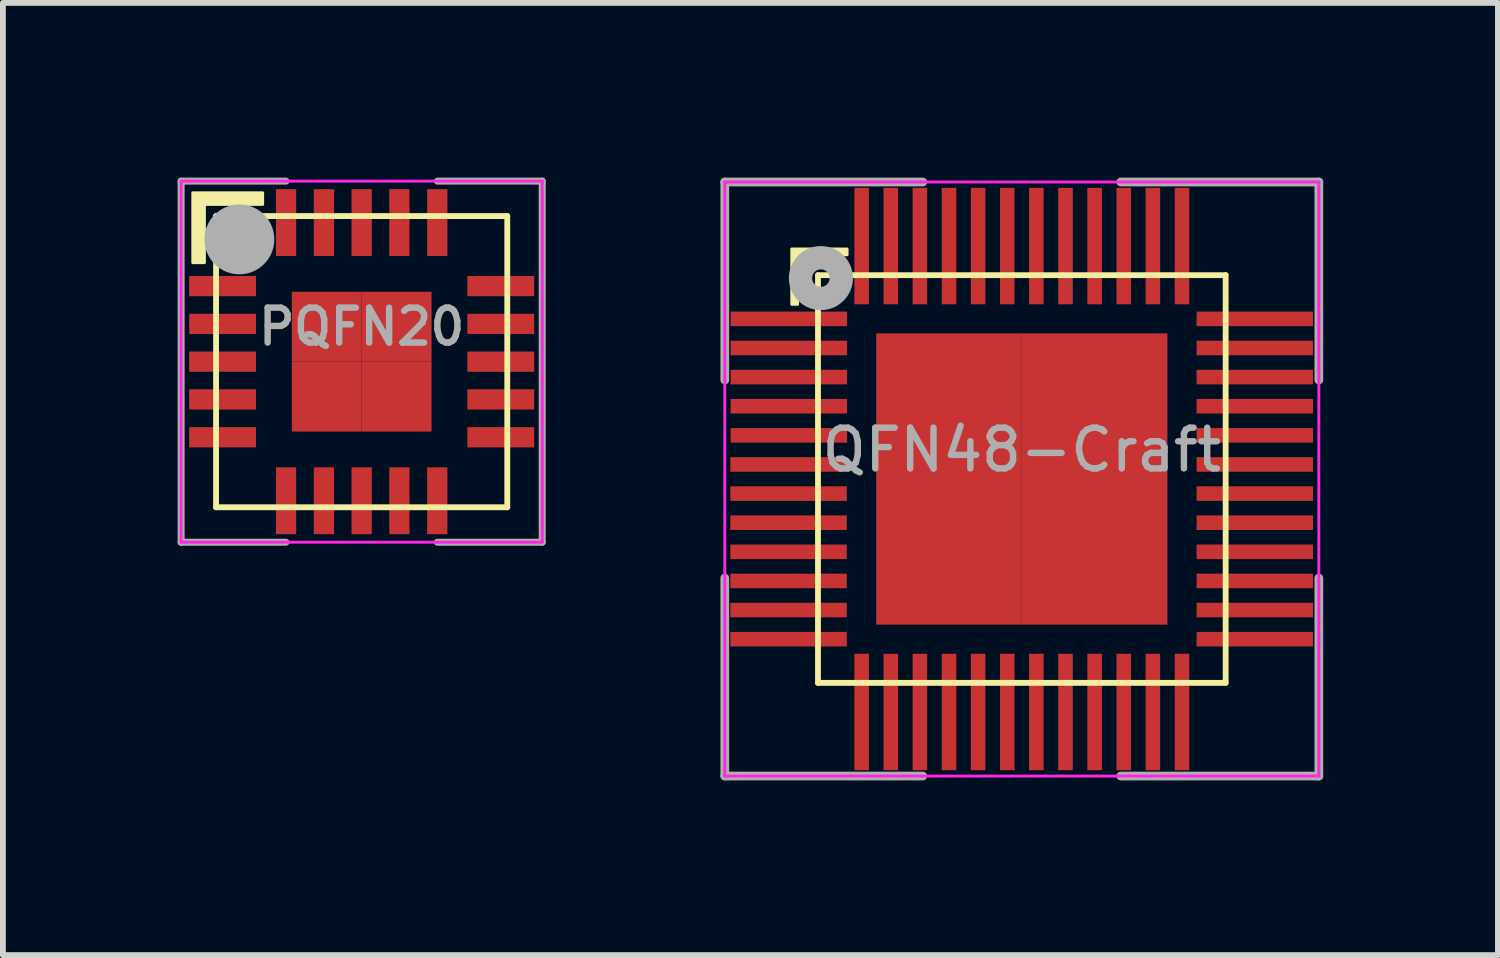
<source format=kicad_pcb>
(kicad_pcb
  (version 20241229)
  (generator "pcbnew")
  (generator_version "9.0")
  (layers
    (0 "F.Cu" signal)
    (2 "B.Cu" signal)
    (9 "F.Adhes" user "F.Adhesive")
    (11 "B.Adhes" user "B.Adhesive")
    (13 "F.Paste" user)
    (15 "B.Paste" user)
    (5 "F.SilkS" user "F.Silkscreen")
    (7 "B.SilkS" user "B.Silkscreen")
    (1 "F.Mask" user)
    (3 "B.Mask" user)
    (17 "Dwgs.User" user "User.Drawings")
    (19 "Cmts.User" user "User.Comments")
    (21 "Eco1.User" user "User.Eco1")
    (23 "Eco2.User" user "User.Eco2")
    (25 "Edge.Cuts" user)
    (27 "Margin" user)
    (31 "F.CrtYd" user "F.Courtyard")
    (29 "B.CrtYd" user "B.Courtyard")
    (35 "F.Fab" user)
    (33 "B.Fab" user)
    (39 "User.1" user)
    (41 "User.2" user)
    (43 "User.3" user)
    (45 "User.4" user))
  (footprint "PQFN20"
    (layer "F.Cu")
    (at 3.16 3.16)
    (property "Reference" "PQFN20" (at 0 -0.6 0) (layer "F.Fab") (effects (font (size 0.6 0.6) (thickness 0.11) (bold yes))))
    (attr through_hole)
    (fp_line (start -2.5 2.5) (end -2.5 -2.5) (stroke (width 0.1) (type solid)) (layer "F.SilkS"))
    (fp_line (start 2.5 -2.5) (end -2.5 -2.5) (stroke (width 0.1) (type solid)) (layer "F.SilkS"))
    (fp_line (start 2.5 2.5) (end -2.5 2.5) (stroke (width 0.1) (type solid)) (layer "F.SilkS"))
    (fp_line (start 2.5 2.5) (end 2.5 -2.5) (stroke (width 0.1) (type solid)) (layer "F.SilkS"))
    (fp_poly (pts (xy -1.7 -2.7) (xy -2.7 -2.7) (xy -2.7 -1.7) (xy -2.9 -1.7) (xy -2.9 -2.9) (xy -1.7 -2.9)) (stroke (width 0.05) (type solid)) (fill yes) (layer "F.SilkS"))
    (fp_line (start -3.1 -3.1) (end 3.1 -3.1) (stroke (width 0.05) (type solid)) (layer "F.CrtYd"))
    (fp_line (start -3.1 3.1) (end -3.1 -3.1) (stroke (width 0.05) (type solid)) (layer "F.CrtYd"))
    (fp_line (start -3.1 3.1) (end 3.1 3.1) (stroke (width 0.05) (type solid)) (layer "F.CrtYd"))
    (fp_line (start 3.1 3.1) (end 3.1 -3.1) (stroke (width 0.05) (type solid)) (layer "F.CrtYd"))
    (fp_line (start -3.1 -3.1) (end -3.1 3.1) (stroke (width 0.12) (type solid)) (layer "F.Fab"))
    (fp_line (start -1.3 -3.1) (end -3.1 -3.1) (stroke (width 0.12) (type solid)) (layer "F.Fab"))
    (fp_line (start -1.3 3.1) (end -3.1 3.1) (stroke (width 0.12) (type solid)) (layer "F.Fab"))
    (fp_line (start 3.1 -3.1) (end 1.3 -3.1) (stroke (width 0.12) (type solid)) (layer "F.Fab"))
    (fp_line (start 3.1 -3.1) (end 3.1 3.1) (stroke (width 0.12) (type solid)) (layer "F.Fab"))
    (fp_line (start 3.1 3.1) (end 1.3 3.1) (stroke (width 0.12) (type solid)) (layer "F.Fab"))
    (fp_circle (center -2.1 -2.1) (end -1.8 -2.1) (stroke (width 0.6) (type solid)) (fill no) (layer "F.Fab"))
    (pad "0" smd rect (at -0.6 -0.6) (size 1.2 1.2) (layers "F.Cu" "F.Mask" "F.Paste"))
    (pad "0" smd rect (at -0.6 0.6) (size 1.2 1.2) (layers "F.Cu" "F.Mask" "F.Paste"))
    (pad "0" smd rect (at 0.6 -0.6) (size 1.2 1.2) (layers "F.Cu" "F.Mask" "F.Paste"))
    (pad "0" smd rect (at 0.6 0.6) (size 1.2 1.2) (layers "F.Cu" "F.Mask" "F.Paste"))
    (pad "1" smd rect (at -2.388 -1.298 90) (size 0.348 1.148) (layers "F.Cu" "F.Mask" "F.Paste"))
    (pad "2" smd rect (at -2.388 -0.648 90) (size 0.348 1.148) (layers "F.Cu" "F.Mask" "F.Paste"))
    (pad "3" smd rect (at -2.388 0 90) (size 0.348 1.148) (layers "F.Cu" "F.Mask" "F.Paste"))
    (pad "4" smd rect (at -2.388 0.648 90) (size 0.348 1.148) (layers "F.Cu" "F.Mask" "F.Paste"))
    (pad "5" smd rect (at -2.388 1.298 90) (size 0.348 1.148) (layers "F.Cu" "F.Mask" "F.Paste"))
    (pad "6" smd rect (at -1.298 2.388 180) (size 0.348 1.148) (layers "F.Cu" "F.Mask" "F.Paste"))
    (pad "7" smd rect (at -0.648 2.388 180) (size 0.348 1.148) (layers "F.Cu" "F.Mask" "F.Paste"))
    (pad "8" smd rect (at 0 2.388 180) (size 0.348 1.148) (layers "F.Cu" "F.Mask" "F.Paste"))
    (pad "9" smd rect (at 0.648 2.388 180) (size 0.348 1.148) (layers "F.Cu" "F.Mask" "F.Paste"))
    (pad "10" smd rect (at 1.298 2.388 180) (size 0.348 1.148) (layers "F.Cu" "F.Mask" "F.Paste"))
    (pad "11" smd rect (at 2.388 1.298 270) (size 0.348 1.148) (layers "F.Cu" "F.Mask" "F.Paste"))
    (pad "12" smd rect (at 2.388 0.648 270) (size 0.348 1.148) (layers "F.Cu" "F.Mask" "F.Paste"))
    (pad "13" smd rect (at 2.388 0 270) (size 0.348 1.148) (layers "F.Cu" "F.Mask" "F.Paste"))
    (pad "14" smd rect (at 2.388 -0.648 270) (size 0.348 1.148) (layers "F.Cu" "F.Mask" "F.Paste"))
    (pad "15" smd rect (at 2.388 -1.298 270) (size 0.348 1.148) (layers "F.Cu" "F.Mask" "F.Paste"))
    (pad "16" smd rect (at 1.298 -2.388) (size 0.348 1.148) (layers "F.Cu" "F.Mask" "F.Paste"))
    (pad "17" smd rect (at 0.648 -2.388) (size 0.348 1.148) (layers "F.Cu" "F.Mask" "F.Paste"))
    (pad "18" smd rect (at 0 -2.388) (size 0.348 1.148) (layers "F.Cu" "F.Mask" "F.Paste"))
    (pad "19" smd rect (at -0.648 -2.388) (size 0.348 1.148) (layers "F.Cu" "F.Mask" "F.Paste"))
    (pad "20" smd rect (at -1.298 -2.388) (size 0.348 1.148) (layers "F.Cu" "F.Mask" "F.Paste")))
  (footprint "QFN48-Craft"
    (layer "F.Cu")
    (at 14.495 5.175)
    (property "Reference" "QFN48-Craft" (at 0 -0.5 0) (layer "F.Fab") (effects (font (size 0.7 0.7) (thickness 0.11))))
    (attr smd)
    (fp_line (start -3.5 3.5) (end -3.5 -3.5) (stroke (width 0.1) (type solid)) (layer "F.SilkS"))
    (fp_line (start -3.5 3.5) (end 3.5 3.5) (stroke (width 0.1) (type solid)) (layer "F.SilkS"))
    (fp_line (start 3.5 -3.5) (end -3.5 -3.5) (stroke (width 0.1) (type solid)) (layer "F.SilkS"))
    (fp_line (start 3.5 -3.5) (end 3.5 3.5) (stroke (width 0.1) (type solid)) (layer "F.SilkS"))
    (fp_poly (pts (xy -3 -3.85) (xy -3.85 -3.85) (xy -3.85 -3) (xy -3.95 -3) (xy -3.95 -3.95) (xy -3 -3.95)) (stroke (width 0.05) (type solid)) (fill yes) (layer "F.SilkS"))
    (fp_line (start -5.1 -5.1) (end 5.1 -5.1) (stroke (width 0.05) (type solid)) (layer "F.CrtYd"))
    (fp_line (start -5.1 5.1) (end -5.1 -5.1) (stroke (width 0.05) (type solid)) (layer "F.CrtYd"))
    (fp_line (start 5.1 5.1) (end -5.1 5.1) (stroke (width 0.05) (type solid)) (layer "F.CrtYd"))
    (fp_line (start 5.1 5.1) (end 5.1 -5.1) (stroke (width 0.05) (type solid)) (layer "F.CrtYd"))
    (fp_line (start -5.1 -5.1) (end -1.7 -5.1) (stroke (width 0.15) (type solid)) (layer "F.Fab"))
    (fp_line (start -5.1 -1.7) (end -5.1 -5.1) (stroke (width 0.15) (type solid)) (layer "F.Fab"))
    (fp_line (start -5.1 5.1) (end -5.1 1.7) (stroke (width 0.15) (type solid)) (layer "F.Fab"))
    (fp_line (start -1.7 5.1) (end -5.1 5.1) (stroke (width 0.15) (type solid)) (layer "F.Fab"))
    (fp_line (start 1.7 -5.1) (end 5.1 -5.1) (stroke (width 0.15) (type solid)) (layer "F.Fab"))
    (fp_line (start 1.7 5.1) (end 5.1 5.1) (stroke (width 0.15) (type solid)) (layer "F.Fab"))
    (fp_line (start 5.1 -1.7) (end 5.1 -5.1) (stroke (width 0.15) (type solid)) (layer "F.Fab"))
    (fp_line (start 5.1 5.1) (end 5.1 1.7) (stroke (width 0.15) (type solid)) (layer "F.Fab"))
    (fp_circle (center -3.45 -3.45) (end -3.3 -3.45) (stroke (width 0.4) (type solid)) (fill no) (layer "F.Fab"))
    (pad "0" smd rect (at -1.25 -1.25) (size 2.5 2.5) (layers "F.Cu" "F.Mask" "F.Paste"))
    (pad "0" smd rect (at -1.25 1.25) (size 2.5 2.5) (layers "F.Cu" "F.Mask" "F.Paste"))
    (pad "0" smd rect (at 1.25 -1.25) (size 2.5 2.5) (layers "F.Cu" "F.Mask" "F.Paste"))
    (pad "0" smd rect (at 1.25 1.25) (size 2.5 2.5) (layers "F.Cu" "F.Mask" "F.Paste"))
    (pad "1" smd rect (at -4 -2.75) (size 2 0.25) (layers "F.Cu" "F.Mask" "F.Paste"))
    (pad "2" smd rect (at -4 -2.25) (size 2 0.25) (layers "F.Cu" "F.Mask" "F.Paste"))
    (pad "3" smd rect (at -4 -1.75) (size 2 0.25) (layers "F.Cu" "F.Mask" "F.Paste"))
    (pad "4" smd rect (at -4 -1.25) (size 2 0.25) (layers "F.Cu" "F.Mask" "F.Paste"))
    (pad "5" smd rect (at -4 -0.75) (size 2 0.25) (layers "F.Cu" "F.Mask" "F.Paste"))
    (pad "6" smd rect (at -4.005 -0.25) (size 2 0.25) (layers "F.Cu" "F.Mask" "F.Paste"))
    (pad "7" smd rect (at -4.005 0.25) (size 2 0.25) (layers "F.Cu" "F.Mask" "F.Paste"))
    (pad "8" smd rect (at -4.005 0.75) (size 2 0.25) (layers "F.Cu" "F.Mask" "F.Paste"))
    (pad "9" smd rect (at -4.005 1.25) (size 2 0.25) (layers "F.Cu" "F.Mask" "F.Paste"))
    (pad "10" smd rect (at -4.005 1.75) (size 2 0.25) (layers "F.Cu" "F.Mask" "F.Paste"))
    (pad "11" smd rect (at -4.005 2.25) (size 2 0.25) (layers "F.Cu" "F.Mask" "F.Paste"))
    (pad "12" smd rect (at -4.005 2.75) (size 2 0.25) (layers "F.Cu" "F.Mask" "F.Paste"))
    (pad "13" smd rect (at -2.75 4) (size 0.25 2) (layers "F.Cu" "F.Mask" "F.Paste"))
    (pad "14" smd rect (at -2.25 4) (size 0.25 2) (layers "F.Cu" "F.Mask" "F.Paste"))
    (pad "15" smd rect (at -1.75 4) (size 0.25 2) (layers "F.Cu" "F.Mask" "F.Paste"))
    (pad "16" smd rect (at -1.25 4) (size 0.25 2) (layers "F.Cu" "F.Mask" "F.Paste"))
    (pad "17" smd rect (at -0.75 4) (size 0.25 2) (layers "F.Cu" "F.Mask" "F.Paste"))
    (pad "18" smd rect (at -0.25 4) (size 0.25 2) (layers "F.Cu" "F.Mask" "F.Paste"))
    (pad "19" smd rect (at 0.25 4) (size 0.25 2) (layers "F.Cu" "F.Mask" "F.Paste"))
    (pad "20" smd rect (at 0.75 4) (size 0.25 2) (layers "F.Cu" "F.Mask" "F.Paste"))
    (pad "21" smd rect (at 1.25 4) (size 0.25 2) (layers "F.Cu" "F.Mask" "F.Paste"))
    (pad "22" smd rect (at 1.75 4) (size 0.25 2) (layers "F.Cu" "F.Mask" "F.Paste"))
    (pad "23" smd rect (at 2.25 4) (size 0.25 2) (layers "F.Cu" "F.Mask" "F.Paste"))
    (pad "24" smd rect (at 2.75 4) (size 0.25 2) (layers "F.Cu" "F.Mask" "F.Paste"))
    (pad "25" smd rect (at 4 2.75) (size 2 0.25) (layers "F.Cu" "F.Mask" "F.Paste"))
    (pad "26" smd rect (at 4 2.25) (size 2 0.25) (layers "F.Cu" "F.Mask" "F.Paste"))
    (pad "27" smd rect (at 4 1.75) (size 2 0.25) (layers "F.Cu" "F.Mask" "F.Paste"))
    (pad "28" smd rect (at 4 1.25) (size 2 0.25) (layers "F.Cu" "F.Mask" "F.Paste"))
    (pad "29" smd rect (at 4 0.75) (size 2 0.25) (layers "F.Cu" "F.Mask" "F.Paste"))
    (pad "30" smd rect (at 4 0.25) (size 2 0.25) (layers "F.Cu" "F.Mask" "F.Paste"))
    (pad "31" smd rect (at 4 -0.25) (size 2 0.25) (layers "F.Cu" "F.Mask" "F.Paste"))
    (pad "32" smd rect (at 4 -0.75) (size 2 0.25) (layers "F.Cu" "F.Mask" "F.Paste"))
    (pad "33" smd rect (at 4 -1.25) (size 2 0.25) (layers "F.Cu" "F.Mask" "F.Paste"))
    (pad "34" smd rect (at 4 -1.75) (size 2 0.25) (layers "F.Cu" "F.Mask" "F.Paste"))
    (pad "35" smd rect (at 4 -2.25) (size 2 0.25) (layers "F.Cu" "F.Mask" "F.Paste"))
    (pad "36" smd rect (at 4 -2.75) (size 2 0.25) (layers "F.Cu" "F.Mask" "F.Paste"))
    (pad "37" smd rect (at 2.75 -4) (size 0.25 2) (layers "F.Cu" "F.Mask" "F.Paste"))
    (pad "38" smd rect (at 2.25 -4) (size 0.25 2) (layers "F.Cu" "F.Mask" "F.Paste"))
    (pad "39" smd rect (at 1.75 -4) (size 0.25 2) (layers "F.Cu" "F.Mask" "F.Paste"))
    (pad "40" smd rect (at 1.25 -4) (size 0.25 2) (layers "F.Cu" "F.Mask" "F.Paste"))
    (pad "41" smd rect (at 0.75 -4) (size 0.25 2) (layers "F.Cu" "F.Mask" "F.Paste"))
    (pad "42" smd rect (at 0.25 -4) (size 0.25 2) (layers "F.Cu" "F.Mask" "F.Paste"))
    (pad "43" smd rect (at -0.25 -4) (size 0.25 2) (layers "F.Cu" "F.Mask" "F.Paste"))
    (pad "44" smd rect (at -0.75 -4) (size 0.25 2) (layers "F.Cu" "F.Mask" "F.Paste"))
    (pad "45" smd rect (at -1.25 -4) (size 0.25 2) (layers "F.Cu" "F.Mask" "F.Paste"))
    (pad "46" smd rect (at -1.75 -4) (size 0.25 2) (layers "F.Cu" "F.Mask" "F.Paste"))
    (pad "47" smd rect (at -2.25 -4) (size 0.25 2) (layers "F.Cu" "F.Mask" "F.Paste"))
    (pad "48" smd rect (at -2.75 -4) (size 0.25 2) (layers "F.Cu" "F.Mask" "F.Paste")))
  (gr_rect
    (start -3 -3)
    (end 22.67 13.35)
    (stroke (width 0.1) (type default))
    (fill no)
    (layer "Edge.Cuts")))
</source>
